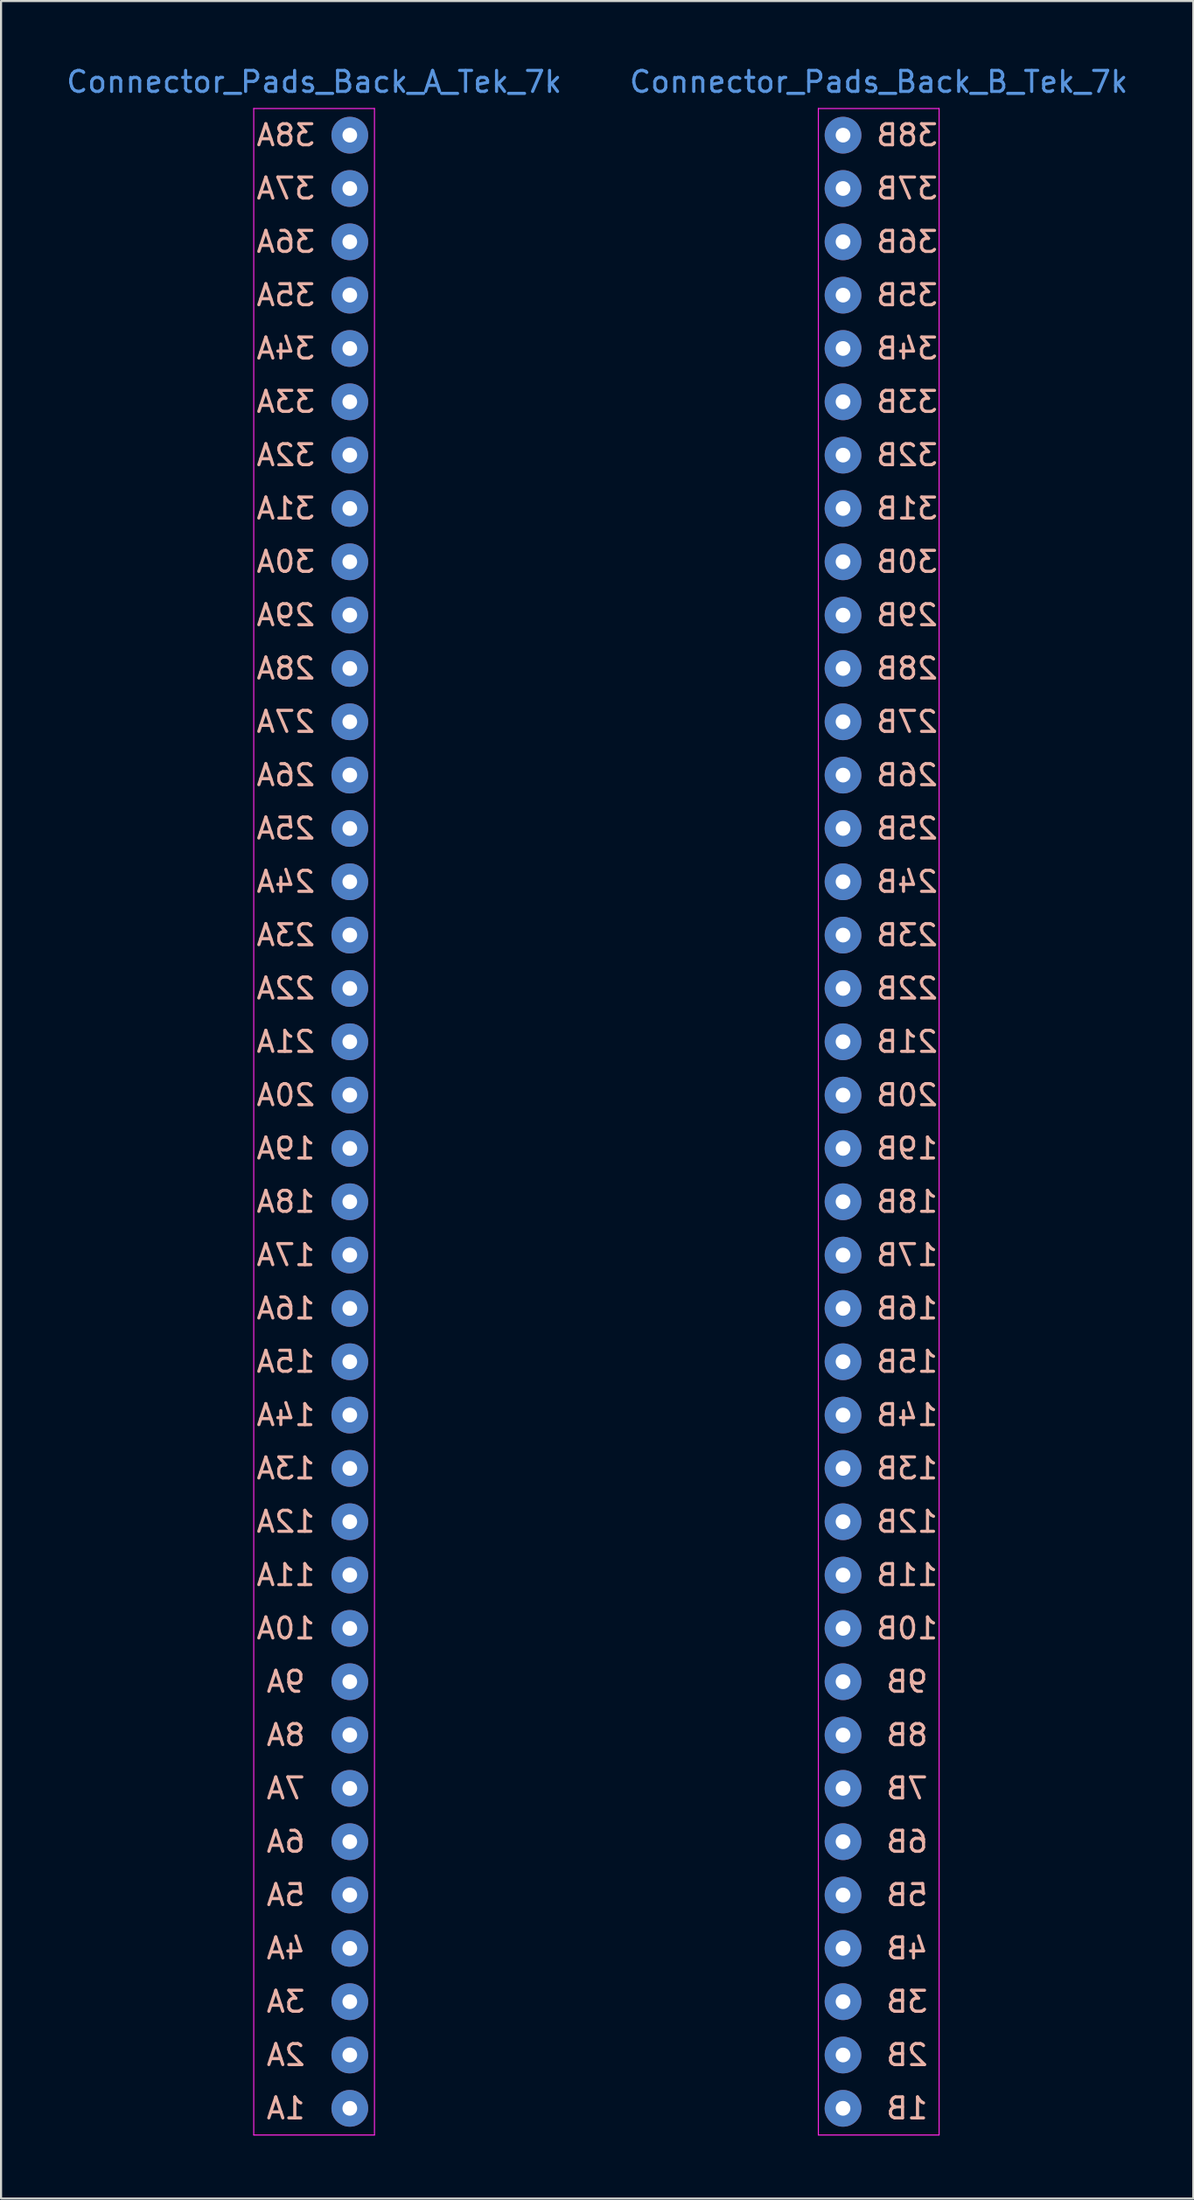
<source format=kicad_pcb>
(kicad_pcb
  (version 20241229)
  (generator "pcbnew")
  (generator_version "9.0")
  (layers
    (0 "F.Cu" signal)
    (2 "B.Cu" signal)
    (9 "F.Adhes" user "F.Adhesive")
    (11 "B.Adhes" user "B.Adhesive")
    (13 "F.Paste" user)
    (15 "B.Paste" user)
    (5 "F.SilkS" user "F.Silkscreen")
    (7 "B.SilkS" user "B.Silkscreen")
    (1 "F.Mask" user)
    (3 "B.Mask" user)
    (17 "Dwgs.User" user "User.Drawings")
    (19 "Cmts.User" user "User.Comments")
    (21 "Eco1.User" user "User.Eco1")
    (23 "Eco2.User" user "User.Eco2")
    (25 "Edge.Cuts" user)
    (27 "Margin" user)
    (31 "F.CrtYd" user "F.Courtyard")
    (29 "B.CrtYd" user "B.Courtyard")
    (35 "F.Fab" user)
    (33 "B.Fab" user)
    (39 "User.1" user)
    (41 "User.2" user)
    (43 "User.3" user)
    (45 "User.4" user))
  (footprint "Connector_Pads_Back_B_Tek_7k"
    (layer "F.Cu")
    (at 37.104 50.378)
    (property "Reference" "Connector_Pads_Back_B_Tek_7k" (at 1.7 -49.53 0) (layer "Cmts.User") (effects (font (size 1 1) (thickness 0.15))))
    (attr through_hole)
    (fp_line (start -1.175 -48.26) (end -1.175 48.26) (stroke (width 0.05) (type solid)) (layer "F.CrtYd"))
    (fp_line (start -1.175 48.26) (end 4.575 48.26) (stroke (width 0.05) (type solid)) (layer "F.CrtYd"))
    (fp_line (start 4.575 -48.26) (end -1.175 -48.26) (stroke (width 0.05) (type solid)) (layer "F.CrtYd"))
    (fp_line (start 4.575 48.26) (end 4.575 -48.26) (stroke (width 0.05) (type solid)) (layer "F.CrtYd"))
    (fp_text user "9B" (at 3.048 26.67 0) (layer "B.SilkS") (effects (font (size 1 1) (thickness 0.15)) (justify mirror)))
    (fp_text user "38B" (at 3.048 -46.99 0) (layer "B.SilkS") (effects (font (size 1 1) (thickness 0.15)) (justify mirror)))
    (fp_text user "34B" (at 3.048 -36.83 0) (layer "B.SilkS") (effects (font (size 1 1) (thickness 0.15)) (justify mirror)))
    (fp_text user "4B" (at 3.048 39.37 0) (layer "B.SilkS") (effects (font (size 1 1) (thickness 0.15)) (justify mirror)))
    (fp_text user "7B" (at 3.048 31.75 0) (layer "B.SilkS") (effects (font (size 1 1) (thickness 0.15)) (justify mirror)))
    (fp_text user "11B" (at 3.048 21.59 0) (layer "B.SilkS") (effects (font (size 1 1) (thickness 0.15)) (justify mirror)))
    (fp_text user "28B" (at 3.048 -21.59 0) (layer "B.SilkS") (effects (font (size 1 1) (thickness 0.15)) (justify mirror)))
    (fp_text user "1B" (at 3.048 46.99 0) (layer "B.SilkS") (effects (font (size 1 1) (thickness 0.15)) (justify mirror)))
    (fp_text user "6B" (at 3.048 34.29 0) (layer "B.SilkS") (effects (font (size 1 1) (thickness 0.15)) (justify mirror)))
    (fp_text user "24B" (at 3.048 -11.43 0) (layer "B.SilkS") (effects (font (size 1 1) (thickness 0.15)) (justify mirror)))
    (fp_text user "17B" (at 3.048 6.35 0) (layer "B.SilkS") (effects (font (size 1 1) (thickness 0.15)) (justify mirror)))
    (fp_text user "26B" (at 3.048 -16.51 0) (layer "B.SilkS") (effects (font (size 1 1) (thickness 0.15)) (justify mirror)))
    (fp_text user "33B" (at 3.048 -34.29 0) (layer "B.SilkS") (effects (font (size 1 1) (thickness 0.15)) (justify mirror)))
    (fp_text user "5B" (at 3.048 36.83 0) (layer "B.SilkS") (effects (font (size 1 1) (thickness 0.15)) (justify mirror)))
    (fp_text user "16B" (at 3.048 8.89 0) (layer "B.SilkS") (effects (font (size 1 1) (thickness 0.15)) (justify mirror)))
    (fp_text user "35B" (at 3.048 -39.37 0) (layer "B.SilkS") (effects (font (size 1 1) (thickness 0.15)) (justify mirror)))
    (fp_text user "31B" (at 3.048 -29.21 0) (layer "B.SilkS") (effects (font (size 1 1) (thickness 0.15)) (justify mirror)))
    (fp_text user "20B" (at 3.048 -1.27 0) (layer "B.SilkS") (effects (font (size 1 1) (thickness 0.15)) (justify mirror)))
    (fp_text user "8B" (at 3.048 29.21 0) (layer "B.SilkS") (effects (font (size 1 1) (thickness 0.15)) (justify mirror)))
    (fp_text user "21B" (at 3.048 -3.81 0) (layer "B.SilkS") (effects (font (size 1 1) (thickness 0.15)) (justify mirror)))
    (fp_text user "23B" (at 3.048 -8.89 0) (layer "B.SilkS") (effects (font (size 1 1) (thickness 0.15)) (justify mirror)))
    (fp_text user "25B" (at 3.048 -13.97 0) (layer "B.SilkS") (effects (font (size 1 1) (thickness 0.15)) (justify mirror)))
    (fp_text user "13B" (at 3.048 16.51 0) (layer "B.SilkS") (effects (font (size 1 1) (thickness 0.15)) (justify mirror)))
    (fp_text user "12B" (at 3.048 19.05 0) (layer "B.SilkS") (effects (font (size 1 1) (thickness 0.15)) (justify mirror)))
    (fp_text user "36B" (at 3.048 -41.91 0) (layer "B.SilkS") (effects (font (size 1 1) (thickness 0.15)) (justify mirror)))
    (fp_text user "14B" (at 3.048 13.97 0) (layer "B.SilkS") (effects (font (size 1 1) (thickness 0.15)) (justify mirror)))
    (fp_text user "29B" (at 3.048 -24.13 0) (layer "B.SilkS") (effects (font (size 1 1) (thickness 0.15)) (justify mirror)))
    (fp_text user "3B" (at 3.048 41.91 0) (layer "B.SilkS") (effects (font (size 1 1) (thickness 0.15)) (justify mirror)))
    (fp_text user "2B" (at 3.048 44.45 0) (layer "B.SilkS") (effects (font (size 1 1) (thickness 0.15)) (justify mirror)))
    (fp_text user "19B" (at 3.048 1.27 0) (layer "B.SilkS") (effects (font (size 1 1) (thickness 0.15)) (justify mirror)))
    (fp_text user "10B" (at 3.048 24.13 0) (layer "B.SilkS") (effects (font (size 1 1) (thickness 0.15)) (justify mirror)))
    (fp_text user "18B" (at 3.048 3.81 0) (layer "B.SilkS") (effects (font (size 1 1) (thickness 0.15)) (justify mirror)))
    (fp_text user "15B" (at 3.048 11.43 0) (layer "B.SilkS") (effects (font (size 1 1) (thickness 0.15)) (justify mirror)))
    (fp_text user "37B" (at 3.048 -44.45 0) (layer "B.SilkS") (effects (font (size 1 1) (thickness 0.15)) (justify mirror)))
    (fp_text user "27B" (at 3.048 -19.05 0) (layer "B.SilkS") (effects (font (size 1 1) (thickness 0.15)) (justify mirror)))
    (fp_text user "22B" (at 3.048 -6.35 0) (layer "B.SilkS") (effects (font (size 1 1) (thickness 0.15)) (justify mirror)))
    (fp_text user "30B" (at 3.048 -26.67 0) (layer "B.SilkS") (effects (font (size 1 1) (thickness 0.15)) (justify mirror)))
    (fp_text user "32B" (at 3.048 -31.75 0) (layer "B.SilkS") (effects (font (size 1 1) (thickness 0.15)) (justify mirror)))
    (pad "1" thru_hole circle (at 0 46.99) (size 1.75 1.75) (drill 0.7) (layers "*.Cu" "*.Mask"))
    (pad "2" thru_hole circle (at 0 44.45) (size 1.75 1.75) (drill 0.7) (layers "*.Cu" "*.Mask"))
    (pad "3" thru_hole circle (at 0 41.91) (size 1.75 1.75) (drill 0.7) (layers "*.Cu" "*.Mask"))
    (pad "4" thru_hole circle (at 0 39.37) (size 1.75 1.75) (drill 0.7) (layers "*.Cu" "*.Mask"))
    (pad "5" thru_hole circle (at 0 36.83) (size 1.75 1.75) (drill 0.7) (layers "*.Cu" "*.Mask"))
    (pad "6" thru_hole circle (at 0 34.29) (size 1.75 1.75) (drill 0.7) (layers "*.Cu" "*.Mask"))
    (pad "7" thru_hole circle (at 0 31.75) (size 1.75 1.75) (drill 0.7) (layers "*.Cu" "*.Mask"))
    (pad "8" thru_hole circle (at 0 29.21) (size 1.75 1.75) (drill 0.7) (layers "*.Cu" "*.Mask"))
    (pad "9" thru_hole circle (at 0 26.67) (size 1.75 1.75) (drill 0.7) (layers "*.Cu" "*.Mask"))
    (pad "10" thru_hole circle (at 0 24.13) (size 1.75 1.75) (drill 0.7) (layers "*.Cu" "*.Mask"))
    (pad "11" thru_hole circle (at 0 21.59) (size 1.75 1.75) (drill 0.7) (layers "*.Cu" "*.Mask"))
    (pad "12" thru_hole circle (at 0 19.05) (size 1.75 1.75) (drill 0.7) (layers "*.Cu" "*.Mask"))
    (pad "13" thru_hole circle (at 0 16.51) (size 1.75 1.75) (drill 0.7) (layers "*.Cu" "*.Mask"))
    (pad "14" thru_hole circle (at 0 13.97) (size 1.75 1.75) (drill 0.7) (layers "*.Cu" "*.Mask"))
    (pad "15" thru_hole circle (at 0 11.43) (size 1.75 1.75) (drill 0.7) (layers "*.Cu" "*.Mask"))
    (pad "16" thru_hole circle (at 0 8.89) (size 1.75 1.75) (drill 0.7) (layers "*.Cu" "*.Mask"))
    (pad "17" thru_hole circle (at 0 6.35) (size 1.75 1.75) (drill 0.7) (layers "*.Cu" "*.Mask"))
    (pad "18" thru_hole circle (at 0 3.81) (size 1.75 1.75) (drill 0.7) (layers "*.Cu" "*.Mask"))
    (pad "19" thru_hole circle (at 0 1.27) (size 1.75 1.75) (drill 0.7) (layers "*.Cu" "*.Mask"))
    (pad "20" thru_hole circle (at 0 -1.27) (size 1.75 1.75) (drill 0.7) (layers "*.Cu" "*.Mask"))
    (pad "21" thru_hole circle (at 0 -3.81) (size 1.75 1.75) (drill 0.7) (layers "*.Cu" "*.Mask"))
    (pad "22" thru_hole circle (at 0 -6.35) (size 1.75 1.75) (drill 0.7) (layers "*.Cu" "*.Mask"))
    (pad "23" thru_hole circle (at 0 -8.89) (size 1.75 1.75) (drill 0.7) (layers "*.Cu" "*.Mask"))
    (pad "24" thru_hole circle (at 0 -11.43) (size 1.75 1.75) (drill 0.7) (layers "*.Cu" "*.Mask"))
    (pad "25" thru_hole circle (at 0 -13.97) (size 1.75 1.75) (drill 0.7) (layers "*.Cu" "*.Mask"))
    (pad "26" thru_hole circle (at 0 -16.51) (size 1.75 1.75) (drill 0.7) (layers "*.Cu" "*.Mask"))
    (pad "27" thru_hole circle (at 0 -19.05) (size 1.75 1.75) (drill 0.7) (layers "*.Cu" "*.Mask"))
    (pad "28" thru_hole circle (at 0 -21.59) (size 1.75 1.75) (drill 0.7) (layers "*.Cu" "*.Mask"))
    (pad "29" thru_hole circle (at 0 -24.13) (size 1.75 1.75) (drill 0.7) (layers "*.Cu" "*.Mask"))
    (pad "30" thru_hole circle (at 0 -26.67) (size 1.75 1.75) (drill 0.7) (layers "*.Cu" "*.Mask"))
    (pad "31" thru_hole circle (at 0 -29.21) (size 1.75 1.75) (drill 0.7) (layers "*.Cu" "*.Mask"))
    (pad "32" thru_hole circle (at 0 -31.75) (size 1.75 1.75) (drill 0.7) (layers "*.Cu" "*.Mask"))
    (pad "33" thru_hole circle (at 0 -34.29) (size 1.75 1.75) (drill 0.7) (layers "*.Cu" "*.Mask"))
    (pad "34" thru_hole circle (at 0 -36.83) (size 1.75 1.75) (drill 0.7) (layers "*.Cu" "*.Mask"))
    (pad "35" thru_hole circle (at 0 -39.37) (size 1.75 1.75) (drill 0.7) (layers "*.Cu" "*.Mask"))
    (pad "36" thru_hole circle (at 0 -41.91) (size 1.75 1.75) (drill 0.7) (layers "*.Cu" "*.Mask"))
    (pad "37" thru_hole circle (at 0 -44.45) (size 1.75 1.75) (drill 0.7) (layers "*.Cu" "*.Mask"))
    (pad "38" thru_hole circle (at 0 -46.99) (size 1.75 1.75) (drill 0.7) (layers "*.Cu" "*.Mask")))
  (footprint "Connector_Pads_Back_A_Tek_7k"
    (layer "F.Cu")
    (at 13.611 50.378)
    (property "Reference" "Connector_Pads_Back_A_Tek_7k" (at -1.7 -49.53 0) (layer "Cmts.User") (effects (font (size 1 1) (thickness 0.15))))
    (attr through_hole)
    (fp_line (start -4.575 -48.26) (end -4.575 48.26) (stroke (width 0.05) (type solid)) (layer "F.CrtYd"))
    (fp_line (start -4.575 48.26) (end 1.175 48.26) (stroke (width 0.05) (type solid)) (layer "F.CrtYd"))
    (fp_line (start 1.175 -48.26) (end -4.575 -48.26) (stroke (width 0.05) (type solid)) (layer "F.CrtYd"))
    (fp_line (start 1.175 48.26) (end 1.175 -48.26) (stroke (width 0.05) (type solid)) (layer "F.CrtYd"))
    (fp_text user "25A" (at -3.048 -13.97 0) (layer "B.SilkS") (effects (font (size 1 1) (thickness 0.15)) (justify mirror)))
    (fp_text user "18A" (at -3.048 3.81 0) (layer "B.SilkS") (effects (font (size 1 1) (thickness 0.15)) (justify mirror)))
    (fp_text user "32A" (at -3.048 -31.75 0) (layer "B.SilkS") (effects (font (size 1 1) (thickness 0.15)) (justify mirror)))
    (fp_text user "15A" (at -3.048 11.43 0) (layer "B.SilkS") (effects (font (size 1 1) (thickness 0.15)) (justify mirror)))
    (fp_text user "34A" (at -3.048 -36.83 0) (layer "B.SilkS") (effects (font (size 1 1) (thickness 0.15)) (justify mirror)))
    (fp_text user "11A" (at -3.048 21.59 0) (layer "B.SilkS") (effects (font (size 1 1) (thickness 0.15)) (justify mirror)))
    (fp_text user "1A" (at -3.048 46.99 0) (layer "B.SilkS") (effects (font (size 1 1) (thickness 0.15)) (justify mirror)))
    (fp_text user "20A" (at -3.048 -1.27 0) (layer "B.SilkS") (effects (font (size 1 1) (thickness 0.15)) (justify mirror)))
    (fp_text user "12A" (at -3.048 19.05 0) (layer "B.SilkS") (effects (font (size 1 1) (thickness 0.15)) (justify mirror)))
    (fp_text user "23A" (at -3.048 -8.89 0) (layer "B.SilkS") (effects (font (size 1 1) (thickness 0.15)) (justify mirror)))
    (fp_text user "9A" (at -3.048 26.67 0) (layer "B.SilkS") (effects (font (size 1 1) (thickness 0.15)) (justify mirror)))
    (fp_text user "24A" (at -3.048 -11.43 0) (layer "B.SilkS") (effects (font (size 1 1) (thickness 0.15)) (justify mirror)))
    (fp_text user "6A" (at -3.048 34.29 0) (layer "B.SilkS") (effects (font (size 1 1) (thickness 0.15)) (justify mirror)))
    (fp_text user "36A" (at -3.048 -41.91 0) (layer "B.SilkS") (effects (font (size 1 1) (thickness 0.15)) (justify mirror)))
    (fp_text user "14A" (at -3.048 13.97 0) (layer "B.SilkS") (effects (font (size 1 1) (thickness 0.15)) (justify mirror)))
    (fp_text user "30A" (at -3.048 -26.67 0) (layer "B.SilkS") (effects (font (size 1 1) (thickness 0.15)) (justify mirror)))
    (fp_text user "5A" (at -3.048 36.83 0) (layer "B.SilkS") (effects (font (size 1 1) (thickness 0.15)) (justify mirror)))
    (fp_text user "37A" (at -3.048 -44.45 0) (layer "B.SilkS") (effects (font (size 1 1) (thickness 0.15)) (justify mirror)))
    (fp_text user "26A" (at -3.048 -16.51 0) (layer "B.SilkS") (effects (font (size 1 1) (thickness 0.15)) (justify mirror)))
    (fp_text user "29A" (at -3.048 -24.13 0) (layer "B.SilkS") (effects (font (size 1 1) (thickness 0.15)) (justify mirror)))
    (fp_text user "10A" (at -3.048 24.13 0) (layer "B.SilkS") (effects (font (size 1 1) (thickness 0.15)) (justify mirror)))
    (fp_text user "22A" (at -3.048 -6.35 0) (layer "B.SilkS") (effects (font (size 1 1) (thickness 0.15)) (justify mirror)))
    (fp_text user "35A" (at -3.048 -39.37 0) (layer "B.SilkS") (effects (font (size 1 1) (thickness 0.15)) (justify mirror)))
    (fp_text user "27A" (at -3.048 -19.05 0) (layer "B.SilkS") (effects (font (size 1 1) (thickness 0.15)) (justify mirror)))
    (fp_text user "17A" (at -3.048 6.35 0) (layer "B.SilkS") (effects (font (size 1 1) (thickness 0.15)) (justify mirror)))
    (fp_text user "33A" (at -3.048 -34.29 0) (layer "B.SilkS") (effects (font (size 1 1) (thickness 0.15)) (justify mirror)))
    (fp_text user "28A" (at -3.048 -21.59 0) (layer "B.SilkS") (effects (font (size 1 1) (thickness 0.15)) (justify mirror)))
    (fp_text user "7A" (at -3.048 31.75 0) (layer "B.SilkS") (effects (font (size 1 1) (thickness 0.15)) (justify mirror)))
    (fp_text user "31A" (at -3.048 -29.21 0) (layer "B.SilkS") (effects (font (size 1 1) (thickness 0.15)) (justify mirror)))
    (fp_text user "2A" (at -3.048 44.45 0) (layer "B.SilkS") (effects (font (size 1 1) (thickness 0.15)) (justify mirror)))
    (fp_text user "19A" (at -3.048 1.27 0) (layer "B.SilkS") (effects (font (size 1 1) (thickness 0.15)) (justify mirror)))
    (fp_text user "21A" (at -3.048 -3.81 0) (layer "B.SilkS") (effects (font (size 1 1) (thickness 0.15)) (justify mirror)))
    (fp_text user "13A" (at -3.048 16.51 0) (layer "B.SilkS") (effects (font (size 1 1) (thickness 0.15)) (justify mirror)))
    (fp_text user "3A" (at -3.048 41.91 0) (layer "B.SilkS") (effects (font (size 1 1) (thickness 0.15)) (justify mirror)))
    (fp_text user "4A" (at -3.048 39.37 0) (layer "B.SilkS") (effects (font (size 1 1) (thickness 0.15)) (justify mirror)))
    (fp_text user "8A" (at -3.048 29.21 0) (layer "B.SilkS") (effects (font (size 1 1) (thickness 0.15)) (justify mirror)))
    (fp_text user "38A" (at -3.048 -46.99 0) (layer "B.SilkS") (effects (font (size 1 1) (thickness 0.15)) (justify mirror)))
    (fp_text user "16A" (at -3.048 8.89 0) (layer "B.SilkS") (effects (font (size 1 1) (thickness 0.15)) (justify mirror)))
    (pad "1" thru_hole circle (at 0 46.99) (size 1.75 1.75) (drill 0.7) (layers "*.Cu" "*.Mask"))
    (pad "2" thru_hole circle (at 0 44.45) (size 1.75 1.75) (drill 0.7) (layers "*.Cu" "*.Mask"))
    (pad "3" thru_hole circle (at 0 41.91) (size 1.75 1.75) (drill 0.7) (layers "*.Cu" "*.Mask"))
    (pad "4" thru_hole circle (at 0 39.37) (size 1.75 1.75) (drill 0.7) (layers "*.Cu" "*.Mask"))
    (pad "5" thru_hole circle (at 0 36.83) (size 1.75 1.75) (drill 0.7) (layers "*.Cu" "*.Mask"))
    (pad "6" thru_hole circle (at 0 34.29) (size 1.75 1.75) (drill 0.7) (layers "*.Cu" "*.Mask"))
    (pad "7" thru_hole circle (at 0 31.75) (size 1.75 1.75) (drill 0.7) (layers "*.Cu" "*.Mask"))
    (pad "8" thru_hole circle (at 0 29.21) (size 1.75 1.75) (drill 0.7) (layers "*.Cu" "*.Mask"))
    (pad "9" thru_hole circle (at 0 26.67) (size 1.75 1.75) (drill 0.7) (layers "*.Cu" "*.Mask"))
    (pad "10" thru_hole circle (at 0 24.13) (size 1.75 1.75) (drill 0.7) (layers "*.Cu" "*.Mask"))
    (pad "11" thru_hole circle (at 0 21.59) (size 1.75 1.75) (drill 0.7) (layers "*.Cu" "*.Mask"))
    (pad "12" thru_hole circle (at 0 19.05) (size 1.75 1.75) (drill 0.7) (layers "*.Cu" "*.Mask"))
    (pad "13" thru_hole circle (at 0 16.51) (size 1.75 1.75) (drill 0.7) (layers "*.Cu" "*.Mask"))
    (pad "14" thru_hole circle (at 0 13.97) (size 1.75 1.75) (drill 0.7) (layers "*.Cu" "*.Mask"))
    (pad "15" thru_hole circle (at 0 11.43) (size 1.75 1.75) (drill 0.7) (layers "*.Cu" "*.Mask"))
    (pad "16" thru_hole circle (at 0 8.89) (size 1.75 1.75) (drill 0.7) (layers "*.Cu" "*.Mask"))
    (pad "17" thru_hole circle (at 0 6.35) (size 1.75 1.75) (drill 0.7) (layers "*.Cu" "*.Mask"))
    (pad "18" thru_hole circle (at 0 3.81) (size 1.75 1.75) (drill 0.7) (layers "*.Cu" "*.Mask"))
    (pad "19" thru_hole circle (at 0 1.27) (size 1.75 1.75) (drill 0.7) (layers "*.Cu" "*.Mask"))
    (pad "20" thru_hole circle (at 0 -1.27) (size 1.75 1.75) (drill 0.7) (layers "*.Cu" "*.Mask"))
    (pad "21" thru_hole circle (at 0 -3.81) (size 1.75 1.75) (drill 0.7) (layers "*.Cu" "*.Mask"))
    (pad "22" thru_hole circle (at 0 -6.35) (size 1.75 1.75) (drill 0.7) (layers "*.Cu" "*.Mask"))
    (pad "23" thru_hole circle (at 0 -8.89) (size 1.75 1.75) (drill 0.7) (layers "*.Cu" "*.Mask"))
    (pad "24" thru_hole circle (at 0 -11.43) (size 1.75 1.75) (drill 0.7) (layers "*.Cu" "*.Mask"))
    (pad "25" thru_hole circle (at 0 -13.97) (size 1.75 1.75) (drill 0.7) (layers "*.Cu" "*.Mask"))
    (pad "26" thru_hole circle (at 0 -16.51) (size 1.75 1.75) (drill 0.7) (layers "*.Cu" "*.Mask"))
    (pad "27" thru_hole circle (at 0 -19.05) (size 1.75 1.75) (drill 0.7) (layers "*.Cu" "*.Mask"))
    (pad "28" thru_hole circle (at 0 -21.59) (size 1.75 1.75) (drill 0.7) (layers "*.Cu" "*.Mask"))
    (pad "29" thru_hole circle (at 0 -24.13) (size 1.75 1.75) (drill 0.7) (layers "*.Cu" "*.Mask"))
    (pad "30" thru_hole circle (at 0 -26.67) (size 1.75 1.75) (drill 0.7) (layers "*.Cu" "*.Mask"))
    (pad "31" thru_hole circle (at 0 -29.21) (size 1.75 1.75) (drill 0.7) (layers "*.Cu" "*.Mask"))
    (pad "32" thru_hole circle (at 0 -31.75) (size 1.75 1.75) (drill 0.7) (layers "*.Cu" "*.Mask"))
    (pad "33" thru_hole circle (at 0 -34.29) (size 1.75 1.75) (drill 0.7) (layers "*.Cu" "*.Mask"))
    (pad "34" thru_hole circle (at 0 -36.83) (size 1.75 1.75) (drill 0.7) (layers "*.Cu" "*.Mask"))
    (pad "35" thru_hole circle (at 0 -39.37) (size 1.75 1.75) (drill 0.7) (layers "*.Cu" "*.Mask"))
    (pad "36" thru_hole circle (at 0 -41.91) (size 1.75 1.75) (drill 0.7) (layers "*.Cu" "*.Mask"))
    (pad "37" thru_hole circle (at 0 -44.45) (size 1.75 1.75) (drill 0.7) (layers "*.Cu" "*.Mask"))
    (pad "38" thru_hole circle (at 0 -46.99) (size 1.75 1.75) (drill 0.7) (layers "*.Cu" "*.Mask")))
  (gr_rect
    (start -3 -3)
    (end 53.786 101.663)
    (stroke (width 0.1) (type default))
    (fill no)
    (layer "Edge.Cuts")))
</source>
